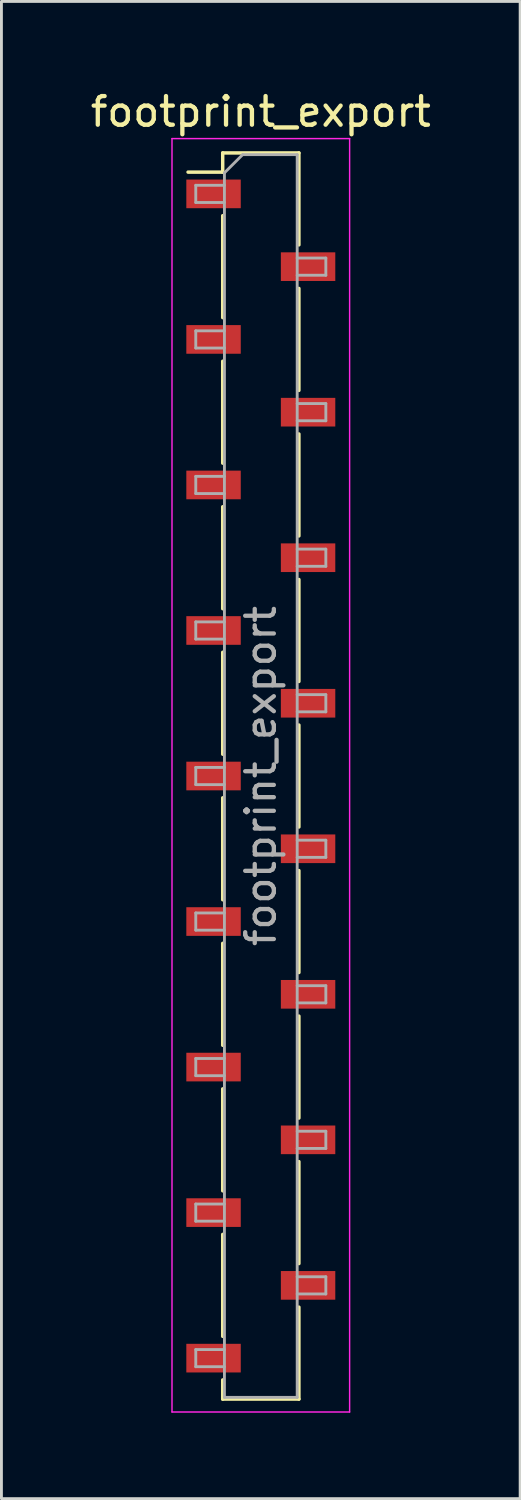
<source format=kicad_pcb>
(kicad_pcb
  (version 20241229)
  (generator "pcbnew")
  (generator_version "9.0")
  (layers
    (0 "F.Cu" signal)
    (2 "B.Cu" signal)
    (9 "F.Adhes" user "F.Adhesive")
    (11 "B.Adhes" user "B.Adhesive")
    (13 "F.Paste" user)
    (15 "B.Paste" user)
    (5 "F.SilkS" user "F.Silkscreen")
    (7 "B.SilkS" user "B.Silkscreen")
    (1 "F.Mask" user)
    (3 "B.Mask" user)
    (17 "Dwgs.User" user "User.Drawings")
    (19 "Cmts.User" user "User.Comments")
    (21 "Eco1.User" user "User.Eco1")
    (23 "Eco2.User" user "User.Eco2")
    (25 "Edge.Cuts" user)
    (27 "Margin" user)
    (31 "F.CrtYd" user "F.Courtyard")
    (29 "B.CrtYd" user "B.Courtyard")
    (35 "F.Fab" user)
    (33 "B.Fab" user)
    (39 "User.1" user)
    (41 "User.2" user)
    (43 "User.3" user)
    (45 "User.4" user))
  (footprint "footprint_export"
    (layer "F.Cu")
    (at 6.054 24.038)
    (property "Reference" "footprint_export" (at 0 -23.19 0) (layer "F.SilkS") (effects (font (size 1 1) (thickness 0.15))))
    (attr smd)
    (fp_line (start -2.54 -21.08) (end -1.33 -21.08) (stroke (width 0.12) (type solid)) (layer "F.SilkS"))
    (fp_line (start -1.33 -21.75) (end -1.33 -21.08) (stroke (width 0.12) (type solid)) (layer "F.SilkS"))
    (fp_line (start -1.33 -21.75) (end 1.33 -21.75) (stroke (width 0.12) (type solid)) (layer "F.SilkS"))
    (fp_line (start -1.33 -19.56) (end -1.33 -16) (stroke (width 0.12) (type solid)) (layer "F.SilkS"))
    (fp_line (start -1.33 -14.48) (end -1.33 -10.92) (stroke (width 0.12) (type solid)) (layer "F.SilkS"))
    (fp_line (start -1.33 -9.4) (end -1.33 -5.84) (stroke (width 0.12) (type solid)) (layer "F.SilkS"))
    (fp_line (start -1.33 -4.32) (end -1.33 -0.76) (stroke (width 0.12) (type solid)) (layer "F.SilkS"))
    (fp_line (start -1.33 0.76) (end -1.33 4.32) (stroke (width 0.12) (type solid)) (layer "F.SilkS"))
    (fp_line (start -1.33 5.84) (end -1.33 9.4) (stroke (width 0.12) (type solid)) (layer "F.SilkS"))
    (fp_line (start -1.33 10.92) (end -1.33 14.48) (stroke (width 0.12) (type solid)) (layer "F.SilkS"))
    (fp_line (start -1.33 16) (end -1.33 19.56) (stroke (width 0.12) (type solid)) (layer "F.SilkS"))
    (fp_line (start -1.33 21.08) (end -1.33 21.75) (stroke (width 0.12) (type solid)) (layer "F.SilkS"))
    (fp_line (start -1.33 21.75) (end 1.33 21.75) (stroke (width 0.12) (type solid)) (layer "F.SilkS"))
    (fp_line (start 1.33 -21.75) (end 1.33 -18.54) (stroke (width 0.12) (type solid)) (layer "F.SilkS"))
    (fp_line (start 1.33 -17.02) (end 1.33 -13.46) (stroke (width 0.12) (type solid)) (layer "F.SilkS"))
    (fp_line (start 1.33 -11.94) (end 1.33 -8.38) (stroke (width 0.12) (type solid)) (layer "F.SilkS"))
    (fp_line (start 1.33 -6.86) (end 1.33 -3.3) (stroke (width 0.12) (type solid)) (layer "F.SilkS"))
    (fp_line (start 1.33 -1.78) (end 1.33 1.78) (stroke (width 0.12) (type solid)) (layer "F.SilkS"))
    (fp_line (start 1.33 3.3) (end 1.33 6.86) (stroke (width 0.12) (type solid)) (layer "F.SilkS"))
    (fp_line (start 1.33 8.38) (end 1.33 11.94) (stroke (width 0.12) (type solid)) (layer "F.SilkS"))
    (fp_line (start 1.33 13.46) (end 1.33 17.02) (stroke (width 0.12) (type solid)) (layer "F.SilkS"))
    (fp_line (start 1.33 18.54) (end 1.33 21.75) (stroke (width 0.12) (type solid)) (layer "F.SilkS"))
    (fp_line (start -3.1 -22.25) (end 3.1 -22.25) (stroke (width 0.05) (type solid)) (layer "F.CrtYd"))
    (fp_line (start -3.1 22.2) (end -3.1 -22.25) (stroke (width 0.05) (type solid)) (layer "F.CrtYd"))
    (fp_line (start 3.1 -22.25) (end 3.1 22.2) (stroke (width 0.05) (type solid)) (layer "F.CrtYd"))
    (fp_line (start 3.1 22.2) (end -3.1 22.2) (stroke (width 0.05) (type solid)) (layer "F.CrtYd"))
    (fp_line (start -2.27 -20.62) (end -1.27 -20.62) (stroke (width 0.1) (type solid)) (layer "F.Fab"))
    (fp_line (start -2.27 -20.02) (end -2.27 -20.62) (stroke (width 0.1) (type solid)) (layer "F.Fab"))
    (fp_line (start -2.27 -15.54) (end -1.27 -15.54) (stroke (width 0.1) (type solid)) (layer "F.Fab"))
    (fp_line (start -2.27 -14.94) (end -2.27 -15.54) (stroke (width 0.1) (type solid)) (layer "F.Fab"))
    (fp_line (start -2.27 -10.46) (end -1.27 -10.46) (stroke (width 0.1) (type solid)) (layer "F.Fab"))
    (fp_line (start -2.27 -9.86) (end -2.27 -10.46) (stroke (width 0.1) (type solid)) (layer "F.Fab"))
    (fp_line (start -2.27 -5.38) (end -1.27 -5.38) (stroke (width 0.1) (type solid)) (layer "F.Fab"))
    (fp_line (start -2.27 -4.78) (end -2.27 -5.38) (stroke (width 0.1) (type solid)) (layer "F.Fab"))
    (fp_line (start -2.27 -0.3) (end -1.27 -0.3) (stroke (width 0.1) (type solid)) (layer "F.Fab"))
    (fp_line (start -2.27 0.3) (end -2.27 -0.3) (stroke (width 0.1) (type solid)) (layer "F.Fab"))
    (fp_line (start -2.27 4.78) (end -1.27 4.78) (stroke (width 0.1) (type solid)) (layer "F.Fab"))
    (fp_line (start -2.27 5.38) (end -2.27 4.78) (stroke (width 0.1) (type solid)) (layer "F.Fab"))
    (fp_line (start -2.27 9.86) (end -1.27 9.86) (stroke (width 0.1) (type solid)) (layer "F.Fab"))
    (fp_line (start -2.27 10.46) (end -2.27 9.86) (stroke (width 0.1) (type solid)) (layer "F.Fab"))
    (fp_line (start -2.27 14.94) (end -1.27 14.94) (stroke (width 0.1) (type solid)) (layer "F.Fab"))
    (fp_line (start -2.27 15.54) (end -2.27 14.94) (stroke (width 0.1) (type solid)) (layer "F.Fab"))
    (fp_line (start -2.27 20.02) (end -1.27 20.02) (stroke (width 0.1) (type solid)) (layer "F.Fab"))
    (fp_line (start -2.27 20.62) (end -2.27 20.02) (stroke (width 0.1) (type solid)) (layer "F.Fab"))
    (fp_line (start -1.27 -21.055) (end -0.635 -21.69) (stroke (width 0.1) (type solid)) (layer "F.Fab"))
    (fp_line (start -1.27 -20.02) (end -2.27 -20.02) (stroke (width 0.1) (type solid)) (layer "F.Fab"))
    (fp_line (start -1.27 -14.94) (end -2.27 -14.94) (stroke (width 0.1) (type solid)) (layer "F.Fab"))
    (fp_line (start -1.27 -9.86) (end -2.27 -9.86) (stroke (width 0.1) (type solid)) (layer "F.Fab"))
    (fp_line (start -1.27 -4.78) (end -2.27 -4.78) (stroke (width 0.1) (type solid)) (layer "F.Fab"))
    (fp_line (start -1.27 0.3) (end -2.27 0.3) (stroke (width 0.1) (type solid)) (layer "F.Fab"))
    (fp_line (start -1.27 5.38) (end -2.27 5.38) (stroke (width 0.1) (type solid)) (layer "F.Fab"))
    (fp_line (start -1.27 10.46) (end -2.27 10.46) (stroke (width 0.1) (type solid)) (layer "F.Fab"))
    (fp_line (start -1.27 15.54) (end -2.27 15.54) (stroke (width 0.1) (type solid)) (layer "F.Fab"))
    (fp_line (start -1.27 20.62) (end -2.27 20.62) (stroke (width 0.1) (type solid)) (layer "F.Fab"))
    (fp_line (start -1.27 21.69) (end -1.27 -21.055) (stroke (width 0.1) (type solid)) (layer "F.Fab"))
    (fp_line (start -0.635 -21.69) (end 1.27 -21.69) (stroke (width 0.1) (type solid)) (layer "F.Fab"))
    (fp_line (start 1.27 -21.69) (end 1.27 21.69) (stroke (width 0.1) (type solid)) (layer "F.Fab"))
    (fp_line (start 1.27 -18.08) (end 2.27 -18.08) (stroke (width 0.1) (type solid)) (layer "F.Fab"))
    (fp_line (start 1.27 -13) (end 2.27 -13) (stroke (width 0.1) (type solid)) (layer "F.Fab"))
    (fp_line (start 1.27 -7.92) (end 2.27 -7.92) (stroke (width 0.1) (type solid)) (layer "F.Fab"))
    (fp_line (start 1.27 -2.84) (end 2.27 -2.84) (stroke (width 0.1) (type solid)) (layer "F.Fab"))
    (fp_line (start 1.27 2.24) (end 2.27 2.24) (stroke (width 0.1) (type solid)) (layer "F.Fab"))
    (fp_line (start 1.27 7.32) (end 2.27 7.32) (stroke (width 0.1) (type solid)) (layer "F.Fab"))
    (fp_line (start 1.27 12.4) (end 2.27 12.4) (stroke (width 0.1) (type solid)) (layer "F.Fab"))
    (fp_line (start 1.27 17.48) (end 2.27 17.48) (stroke (width 0.1) (type solid)) (layer "F.Fab"))
    (fp_line (start 1.27 21.69) (end -1.27 21.69) (stroke (width 0.1) (type solid)) (layer "F.Fab"))
    (fp_line (start 2.27 -18.08) (end 2.27 -17.48) (stroke (width 0.1) (type solid)) (layer "F.Fab"))
    (fp_line (start 2.27 -17.48) (end 1.27 -17.48) (stroke (width 0.1) (type solid)) (layer "F.Fab"))
    (fp_line (start 2.27 -13) (end 2.27 -12.4) (stroke (width 0.1) (type solid)) (layer "F.Fab"))
    (fp_line (start 2.27 -12.4) (end 1.27 -12.4) (stroke (width 0.1) (type solid)) (layer "F.Fab"))
    (fp_line (start 2.27 -7.92) (end 2.27 -7.32) (stroke (width 0.1) (type solid)) (layer "F.Fab"))
    (fp_line (start 2.27 -7.32) (end 1.27 -7.32) (stroke (width 0.1) (type solid)) (layer "F.Fab"))
    (fp_line (start 2.27 -2.84) (end 2.27 -2.24) (stroke (width 0.1) (type solid)) (layer "F.Fab"))
    (fp_line (start 2.27 -2.24) (end 1.27 -2.24) (stroke (width 0.1) (type solid)) (layer "F.Fab"))
    (fp_line (start 2.27 2.24) (end 2.27 2.84) (stroke (width 0.1) (type solid)) (layer "F.Fab"))
    (fp_line (start 2.27 2.84) (end 1.27 2.84) (stroke (width 0.1) (type solid)) (layer "F.Fab"))
    (fp_line (start 2.27 7.32) (end 2.27 7.92) (stroke (width 0.1) (type solid)) (layer "F.Fab"))
    (fp_line (start 2.27 7.92) (end 1.27 7.92) (stroke (width 0.1) (type solid)) (layer "F.Fab"))
    (fp_line (start 2.27 12.4) (end 2.27 13) (stroke (width 0.1) (type solid)) (layer "F.Fab"))
    (fp_line (start 2.27 13) (end 1.27 13) (stroke (width 0.1) (type solid)) (layer "F.Fab"))
    (fp_line (start 2.27 17.48) (end 2.27 18.08) (stroke (width 0.1) (type solid)) (layer "F.Fab"))
    (fp_line (start 2.27 18.08) (end 1.27 18.08) (stroke (width 0.1) (type solid)) (layer "F.Fab"))
    (fp_text user "${REFERENCE}" (at 0 0 90) (layer "F.Fab") (effects (font (size 1 1) (thickness 0.15))))
    (pad "1" smd rect (at -1.65 -20.32) (size 1.9 1) (layers "F.Cu" "F.Mask" "F.Paste"))
    (pad "2" smd rect (at 1.65 -17.78) (size 1.9 1) (layers "F.Cu" "F.Mask" "F.Paste"))
    (pad "3" smd rect (at -1.65 -15.24) (size 1.9 1) (layers "F.Cu" "F.Mask" "F.Paste"))
    (pad "4" smd rect (at 1.65 -12.7) (size 1.9 1) (layers "F.Cu" "F.Mask" "F.Paste"))
    (pad "5" smd rect (at -1.65 -10.16) (size 1.9 1) (layers "F.Cu" "F.Mask" "F.Paste"))
    (pad "6" smd rect (at 1.65 -7.62) (size 1.9 1) (layers "F.Cu" "F.Mask" "F.Paste"))
    (pad "7" smd rect (at -1.65 -5.08) (size 1.9 1) (layers "F.Cu" "F.Mask" "F.Paste"))
    (pad "8" smd rect (at 1.65 -2.54) (size 1.9 1) (layers "F.Cu" "F.Mask" "F.Paste"))
    (pad "9" smd rect (at -1.65 0) (size 1.9 1) (layers "F.Cu" "F.Mask" "F.Paste"))
    (pad "10" smd rect (at 1.65 2.54) (size 1.9 1) (layers "F.Cu" "F.Mask" "F.Paste"))
    (pad "11" smd rect (at -1.65 5.08) (size 1.9 1) (layers "F.Cu" "F.Mask" "F.Paste"))
    (pad "12" smd rect (at 1.65 7.62) (size 1.9 1) (layers "F.Cu" "F.Mask" "F.Paste"))
    (pad "13" smd rect (at -1.65 10.16) (size 1.9 1) (layers "F.Cu" "F.Mask" "F.Paste"))
    (pad "14" smd rect (at 1.65 12.7) (size 1.9 1) (layers "F.Cu" "F.Mask" "F.Paste"))
    (pad "15" smd rect (at -1.65 15.24) (size 1.9 1) (layers "F.Cu" "F.Mask" "F.Paste"))
    (pad "16" smd rect (at 1.65 17.78) (size 1.9 1) (layers "F.Cu" "F.Mask" "F.Paste"))
    (pad "17" smd rect (at -1.65 20.32) (size 1.9 1) (layers "F.Cu" "F.Mask" "F.Paste")))
  (gr_rect
    (start -3 -3)
    (end 15.107 49.263)
    (stroke (width 0.1) (type default))
    (fill no)
    (layer "Edge.Cuts")))
</source>
